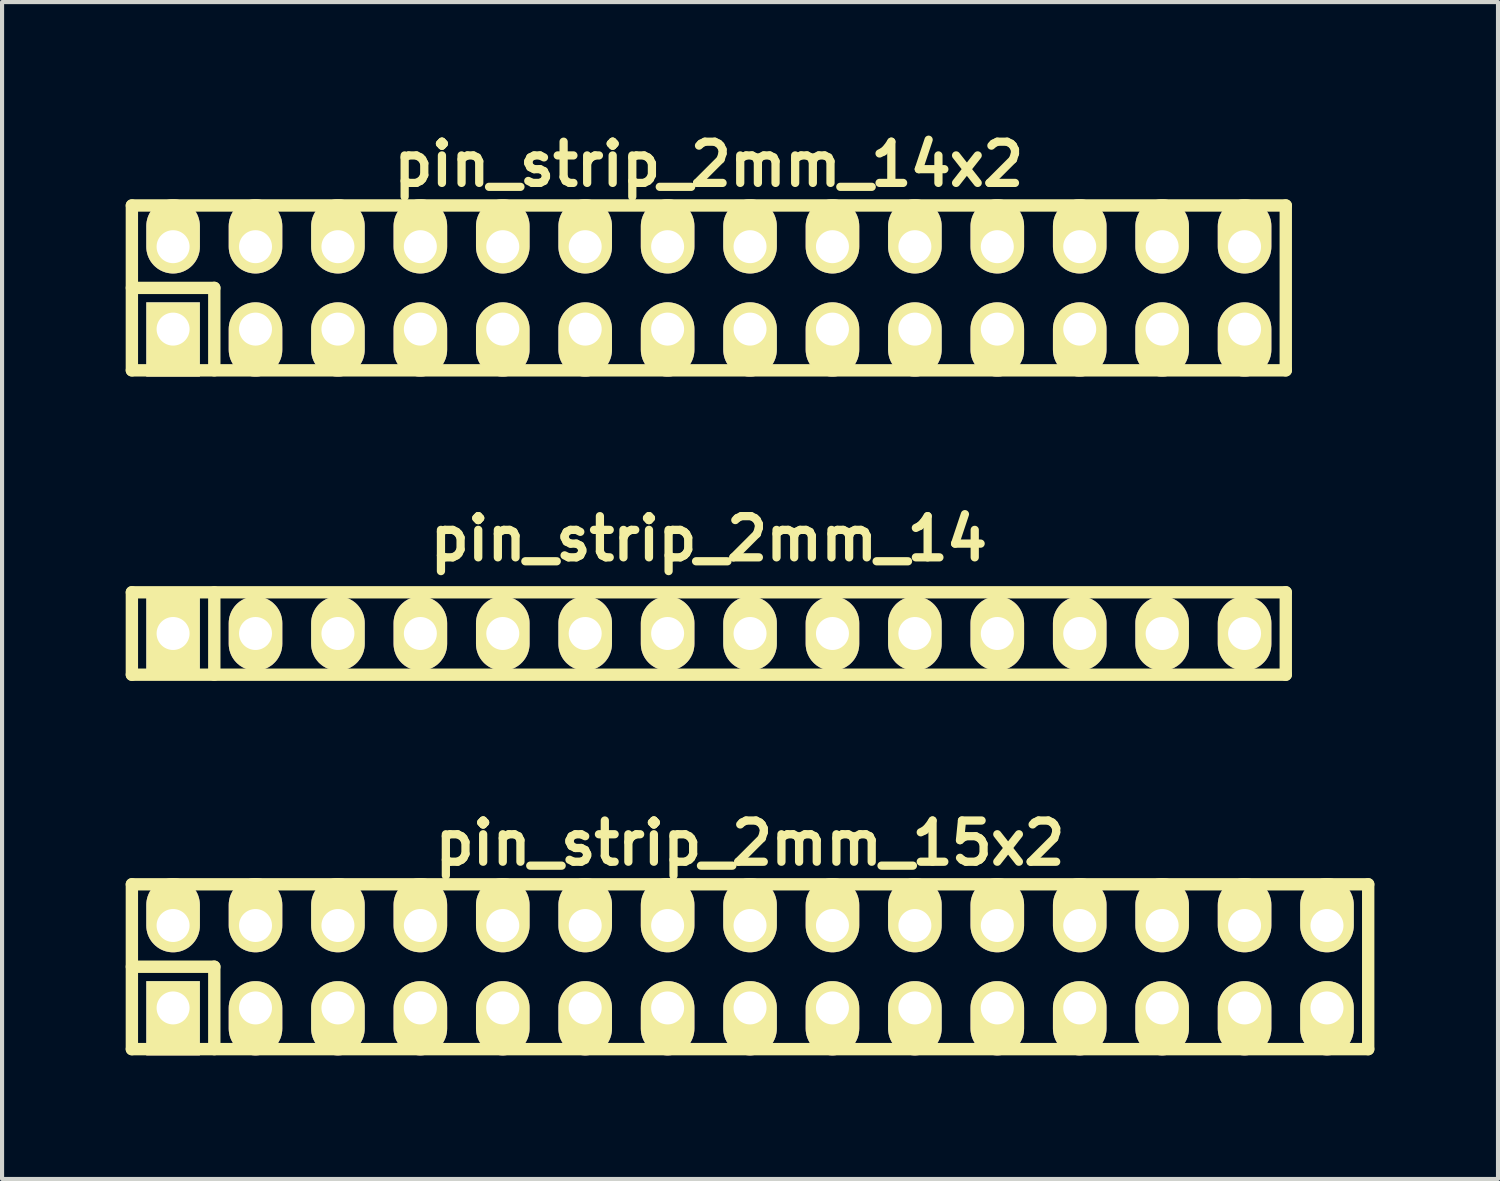
<source format=kicad_pcb>
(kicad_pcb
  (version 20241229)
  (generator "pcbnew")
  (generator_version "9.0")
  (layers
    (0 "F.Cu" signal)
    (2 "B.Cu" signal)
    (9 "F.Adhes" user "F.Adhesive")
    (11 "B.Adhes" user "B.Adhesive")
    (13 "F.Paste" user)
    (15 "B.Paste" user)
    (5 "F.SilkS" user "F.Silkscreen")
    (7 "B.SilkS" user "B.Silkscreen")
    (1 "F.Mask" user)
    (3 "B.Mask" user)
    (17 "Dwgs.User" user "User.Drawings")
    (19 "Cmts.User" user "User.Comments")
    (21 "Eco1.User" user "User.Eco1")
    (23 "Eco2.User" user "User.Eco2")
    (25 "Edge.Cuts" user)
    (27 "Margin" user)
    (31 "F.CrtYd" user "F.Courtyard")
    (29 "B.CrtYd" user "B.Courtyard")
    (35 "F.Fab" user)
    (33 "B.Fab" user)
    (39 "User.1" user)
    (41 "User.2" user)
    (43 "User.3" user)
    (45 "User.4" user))
  (footprint "pin_strip_2mm_15x2"
    (layer "F.Cu")
    (at 15.15 20.408)
    (property "Reference" "pin_strip_2mm_15x2" (at 0 -3 0) (layer "F.SilkS") (effects (font (size 1 1) (thickness 0.2))))
    (attr through_hole)
    (fp_line (start -15 -2) (end 15 -2) (stroke (width 0.3) (type solid)) (layer "F.SilkS"))
    (fp_line (start -15 0) (end -13 0) (stroke (width 0.3) (type solid)) (layer "F.SilkS"))
    (fp_line (start -15 2) (end -15 -2) (stroke (width 0.3) (type solid)) (layer "F.SilkS"))
    (fp_line (start -13 0) (end -13 2) (stroke (width 0.3) (type solid)) (layer "F.SilkS"))
    (fp_line (start 15 -2) (end 15 2) (stroke (width 0.3) (type solid)) (layer "F.SilkS"))
    (fp_line (start 15 2) (end -15 2) (stroke (width 0.3) (type solid)) (layer "F.SilkS"))
    (pad "1" thru_hole rect (at -14 1) (size 1.3 1.8) (drill 0.8 (offset 0 0.25)) (layers "*.Cu" "*.Mask" "F.SilkS"))
    (pad "2" thru_hole oval (at -14 -1) (size 1.3 1.8) (drill 0.8 (offset 0 -0.25)) (layers "*.Cu" "*.Mask" "F.SilkS"))
    (pad "3" thru_hole oval (at -12 1) (size 1.3 1.8) (drill 0.8 (offset 0 0.25)) (layers "*.Cu" "*.Mask" "F.SilkS"))
    (pad "4" thru_hole oval (at -12 -1) (size 1.3 1.8) (drill 0.8 (offset 0 -0.25)) (layers "*.Cu" "*.Mask" "F.SilkS"))
    (pad "5" thru_hole oval (at -10 1) (size 1.3 1.8) (drill 0.8 (offset 0 0.25)) (layers "*.Cu" "*.Mask" "F.SilkS"))
    (pad "6" thru_hole oval (at -10 -1) (size 1.3 1.8) (drill 0.8 (offset 0 -0.25)) (layers "*.Cu" "*.Mask" "F.SilkS"))
    (pad "7" thru_hole oval (at -8 1) (size 1.3 1.8) (drill 0.8 (offset 0 0.25)) (layers "*.Cu" "*.Mask" "F.SilkS"))
    (pad "8" thru_hole oval (at -8 -1) (size 1.3 1.8) (drill 0.8 (offset 0 -0.25)) (layers "*.Cu" "*.Mask" "F.SilkS"))
    (pad "9" thru_hole oval (at -6 1) (size 1.3 1.8) (drill 0.8 (offset 0 0.25)) (layers "*.Cu" "*.Mask" "F.SilkS"))
    (pad "10" thru_hole oval (at -6 -1) (size 1.3 1.8) (drill 0.8 (offset 0 -0.25)) (layers "*.Cu" "*.Mask" "F.SilkS"))
    (pad "11" thru_hole oval (at -4 1) (size 1.3 1.8) (drill 0.8 (offset 0 0.25)) (layers "*.Cu" "*.Mask" "F.SilkS"))
    (pad "12" thru_hole oval (at -4 -1) (size 1.3 1.8) (drill 0.8 (offset 0 -0.25)) (layers "*.Cu" "*.Mask" "F.SilkS"))
    (pad "13" thru_hole oval (at -2 1) (size 1.3 1.8) (drill 0.8 (offset 0 0.25)) (layers "*.Cu" "*.Mask" "F.SilkS"))
    (pad "14" thru_hole oval (at -2 -1) (size 1.3 1.8) (drill 0.8 (offset 0 -0.25)) (layers "*.Cu" "*.Mask" "F.SilkS"))
    (pad "15" thru_hole oval (at 0 1) (size 1.3 1.8) (drill 0.8 (offset 0 0.25)) (layers "*.Cu" "*.Mask" "F.SilkS"))
    (pad "16" thru_hole oval (at 0 -1) (size 1.3 1.8) (drill 0.8 (offset 0 -0.25)) (layers "*.Cu" "*.Mask" "F.SilkS"))
    (pad "17" thru_hole oval (at 2 1) (size 1.3 1.8) (drill 0.8 (offset 0 0.25)) (layers "*.Cu" "*.Mask" "F.SilkS"))
    (pad "18" thru_hole oval (at 2 -1) (size 1.3 1.8) (drill 0.8 (offset 0 -0.25)) (layers "*.Cu" "*.Mask" "F.SilkS"))
    (pad "19" thru_hole oval (at 4 1) (size 1.3 1.8) (drill 0.8 (offset 0 0.25)) (layers "*.Cu" "*.Mask" "F.SilkS"))
    (pad "20" thru_hole oval (at 4 -1) (size 1.3 1.8) (drill 0.8 (offset 0 -0.25)) (layers "*.Cu" "*.Mask" "F.SilkS"))
    (pad "21" thru_hole oval (at 6 1) (size 1.3 1.8) (drill 0.8 (offset 0 0.25)) (layers "*.Cu" "*.Mask" "F.SilkS"))
    (pad "22" thru_hole oval (at 6 -1) (size 1.3 1.8) (drill 0.8 (offset 0 -0.25)) (layers "*.Cu" "*.Mask" "F.SilkS"))
    (pad "23" thru_hole oval (at 8 1) (size 1.3 1.8) (drill 0.8 (offset 0 0.25)) (layers "*.Cu" "*.Mask" "F.SilkS"))
    (pad "24" thru_hole oval (at 8 -1) (size 1.3 1.8) (drill 0.8 (offset 0 -0.25)) (layers "*.Cu" "*.Mask" "F.SilkS"))
    (pad "25" thru_hole oval (at 10 1) (size 1.3 1.8) (drill 0.8 (offset 0 0.25)) (layers "*.Cu" "*.Mask" "F.SilkS"))
    (pad "26" thru_hole oval (at 10 -1) (size 1.3 1.8) (drill 0.8 (offset 0 -0.25)) (layers "*.Cu" "*.Mask" "F.SilkS"))
    (pad "27" thru_hole oval (at 12 1) (size 1.3 1.8) (drill 0.8 (offset 0 0.25)) (layers "*.Cu" "*.Mask" "F.SilkS"))
    (pad "28" thru_hole oval (at 12 -1) (size 1.3 1.8) (drill 0.8 (offset 0 -0.25)) (layers "*.Cu" "*.Mask" "F.SilkS"))
    (pad "29" thru_hole oval (at 14 1) (size 1.3 1.8) (drill 0.8 (offset 0 0.25)) (layers "*.Cu" "*.Mask" "F.SilkS"))
    (pad "30" thru_hole oval (at 14 -1) (size 1.3 1.8) (drill 0.8 (offset 0 -0.25)) (layers "*.Cu" "*.Mask" "F.SilkS")))
  (footprint "pin_strip_2mm_14x2"
    (layer "F.Cu")
    (at 14.15 3.936)
    (property "Reference" "pin_strip_2mm_14x2" (at 0 -3 0) (layer "F.SilkS") (effects (font (size 1 1) (thickness 0.2))))
    (attr through_hole)
    (fp_line (start -14 -2) (end 14 -2) (stroke (width 0.3) (type solid)) (layer "F.SilkS"))
    (fp_line (start -14 0) (end -12 0) (stroke (width 0.3) (type solid)) (layer "F.SilkS"))
    (fp_line (start -14 2) (end -14 -2) (stroke (width 0.3) (type solid)) (layer "F.SilkS"))
    (fp_line (start -12 0) (end -12 2) (stroke (width 0.3) (type solid)) (layer "F.SilkS"))
    (fp_line (start 14 -2) (end 14 2) (stroke (width 0.3) (type solid)) (layer "F.SilkS"))
    (fp_line (start 14 2) (end -14 2) (stroke (width 0.3) (type solid)) (layer "F.SilkS"))
    (pad "1" thru_hole rect (at -13 1) (size 1.3 1.8) (drill 0.8 (offset 0 0.25)) (layers "*.Cu" "*.Mask" "F.SilkS"))
    (pad "2" thru_hole oval (at -13 -1) (size 1.3 1.8) (drill 0.8 (offset 0 -0.25)) (layers "*.Cu" "*.Mask" "F.SilkS"))
    (pad "3" thru_hole oval (at -11 1) (size 1.3 1.8) (drill 0.8 (offset 0 0.25)) (layers "*.Cu" "*.Mask" "F.SilkS"))
    (pad "4" thru_hole oval (at -11 -1) (size 1.3 1.8) (drill 0.8 (offset 0 -0.25)) (layers "*.Cu" "*.Mask" "F.SilkS"))
    (pad "5" thru_hole oval (at -9 1) (size 1.3 1.8) (drill 0.8 (offset 0 0.25)) (layers "*.Cu" "*.Mask" "F.SilkS"))
    (pad "6" thru_hole oval (at -9 -1) (size 1.3 1.8) (drill 0.8 (offset 0 -0.25)) (layers "*.Cu" "*.Mask" "F.SilkS"))
    (pad "7" thru_hole oval (at -7 1) (size 1.3 1.8) (drill 0.8 (offset 0 0.25)) (layers "*.Cu" "*.Mask" "F.SilkS"))
    (pad "8" thru_hole oval (at -7 -1) (size 1.3 1.8) (drill 0.8 (offset 0 -0.25)) (layers "*.Cu" "*.Mask" "F.SilkS"))
    (pad "9" thru_hole oval (at -5 1) (size 1.3 1.8) (drill 0.8 (offset 0 0.25)) (layers "*.Cu" "*.Mask" "F.SilkS"))
    (pad "10" thru_hole oval (at -5 -1) (size 1.3 1.8) (drill 0.8 (offset 0 -0.25)) (layers "*.Cu" "*.Mask" "F.SilkS"))
    (pad "11" thru_hole oval (at -3 1) (size 1.3 1.8) (drill 0.8 (offset 0 0.25)) (layers "*.Cu" "*.Mask" "F.SilkS"))
    (pad "12" thru_hole oval (at -3 -1) (size 1.3 1.8) (drill 0.8 (offset 0 -0.25)) (layers "*.Cu" "*.Mask" "F.SilkS"))
    (pad "13" thru_hole oval (at -1 1) (size 1.3 1.8) (drill 0.8 (offset 0 0.25)) (layers "*.Cu" "*.Mask" "F.SilkS"))
    (pad "14" thru_hole oval (at -1 -1) (size 1.3 1.8) (drill 0.8 (offset 0 -0.25)) (layers "*.Cu" "*.Mask" "F.SilkS"))
    (pad "15" thru_hole oval (at 1 1) (size 1.3 1.8) (drill 0.8 (offset 0 0.25)) (layers "*.Cu" "*.Mask" "F.SilkS"))
    (pad "16" thru_hole oval (at 1 -1) (size 1.3 1.8) (drill 0.8 (offset 0 -0.25)) (layers "*.Cu" "*.Mask" "F.SilkS"))
    (pad "17" thru_hole oval (at 3 1) (size 1.3 1.8) (drill 0.8 (offset 0 0.25)) (layers "*.Cu" "*.Mask" "F.SilkS"))
    (pad "18" thru_hole oval (at 3 -1) (size 1.3 1.8) (drill 0.8 (offset 0 -0.25)) (layers "*.Cu" "*.Mask" "F.SilkS"))
    (pad "19" thru_hole oval (at 5 1) (size 1.3 1.8) (drill 0.8 (offset 0 0.25)) (layers "*.Cu" "*.Mask" "F.SilkS"))
    (pad "20" thru_hole oval (at 5 -1) (size 1.3 1.8) (drill 0.8 (offset 0 -0.25)) (layers "*.Cu" "*.Mask" "F.SilkS"))
    (pad "21" thru_hole oval (at 7 1) (size 1.3 1.8) (drill 0.8 (offset 0 0.25)) (layers "*.Cu" "*.Mask" "F.SilkS"))
    (pad "22" thru_hole oval (at 7 -1) (size 1.3 1.8) (drill 0.8 (offset 0 -0.25)) (layers "*.Cu" "*.Mask" "F.SilkS"))
    (pad "23" thru_hole oval (at 9 1) (size 1.3 1.8) (drill 0.8 (offset 0 0.25)) (layers "*.Cu" "*.Mask" "F.SilkS"))
    (pad "24" thru_hole oval (at 9 -1) (size 1.3 1.8) (drill 0.8 (offset 0 -0.25)) (layers "*.Cu" "*.Mask" "F.SilkS"))
    (pad "25" thru_hole oval (at 11 1) (size 1.3 1.8) (drill 0.8 (offset 0 0.25)) (layers "*.Cu" "*.Mask" "F.SilkS"))
    (pad "26" thru_hole oval (at 11 -1) (size 1.3 1.8) (drill 0.8 (offset 0 -0.25)) (layers "*.Cu" "*.Mask" "F.SilkS"))
    (pad "27" thru_hole oval (at 13 1) (size 1.3 1.8) (drill 0.8 (offset 0 0.25)) (layers "*.Cu" "*.Mask" "F.SilkS"))
    (pad "28" thru_hole oval (at 13 -1) (size 1.3 1.8) (drill 0.8 (offset 0 -0.25)) (layers "*.Cu" "*.Mask" "F.SilkS")))
  (footprint "pin_strip_2mm_14"
    (layer "F.Cu")
    (at 14.15 12.322)
    (property "Reference" "pin_strip_2mm_14" (at 0 -2.3 0) (layer "F.SilkS") (effects (font (size 1 1) (thickness 0.2))))
    (attr through_hole)
    (fp_line (start -14 -1) (end 14 -1) (stroke (width 0.3) (type solid)) (layer "F.SilkS"))
    (fp_line (start -14 1) (end -14 -1) (stroke (width 0.3) (type solid)) (layer "F.SilkS"))
    (fp_line (start -12 -1) (end -12 1) (stroke (width 0.3) (type solid)) (layer "F.SilkS"))
    (fp_line (start 14 -1) (end 14 1) (stroke (width 0.3) (type solid)) (layer "F.SilkS"))
    (fp_line (start 14 1) (end -14 1) (stroke (width 0.3) (type solid)) (layer "F.SilkS"))
    (pad "1" thru_hole rect (at -13 0) (size 1.3 1.8) (drill 0.8) (layers "*.Cu" "*.Mask" "F.SilkS"))
    (pad "2" thru_hole oval (at -11 0) (size 1.3 1.8) (drill 0.8) (layers "*.Cu" "*.Mask" "F.SilkS"))
    (pad "3" thru_hole oval (at -9 0) (size 1.3 1.8) (drill 0.8) (layers "*.Cu" "*.Mask" "F.SilkS"))
    (pad "4" thru_hole oval (at -7 0) (size 1.3 1.8) (drill 0.8) (layers "*.Cu" "*.Mask" "F.SilkS"))
    (pad "5" thru_hole oval (at -5 0) (size 1.3 1.8) (drill 0.8) (layers "*.Cu" "*.Mask" "F.SilkS"))
    (pad "6" thru_hole oval (at -3 0) (size 1.3 1.8) (drill 0.8) (layers "*.Cu" "*.Mask" "F.SilkS"))
    (pad "7" thru_hole oval (at -1 0) (size 1.3 1.8) (drill 0.8) (layers "*.Cu" "*.Mask" "F.SilkS"))
    (pad "8" thru_hole oval (at 1 0) (size 1.3 1.8) (drill 0.8) (layers "*.Cu" "*.Mask" "F.SilkS"))
    (pad "9" thru_hole oval (at 3 0) (size 1.3 1.8) (drill 0.8) (layers "*.Cu" "*.Mask" "F.SilkS"))
    (pad "10" thru_hole oval (at 5 0) (size 1.3 1.8) (drill 0.8) (layers "*.Cu" "*.Mask" "F.SilkS"))
    (pad "11" thru_hole oval (at 7 0) (size 1.3 1.8) (drill 0.8) (layers "*.Cu" "*.Mask" "F.SilkS"))
    (pad "12" thru_hole oval (at 9 0) (size 1.3 1.8) (drill 0.8) (layers "*.Cu" "*.Mask" "F.SilkS"))
    (pad "13" thru_hole oval (at 11 0) (size 1.3 1.8) (drill 0.8) (layers "*.Cu" "*.Mask" "F.SilkS"))
    (pad "14" thru_hole oval (at 13 0) (size 1.3 1.8) (drill 0.8) (layers "*.Cu" "*.Mask" "F.SilkS")))
  (gr_rect
    (start -3 -3)
    (end 33.3 25.558)
    (stroke (width 0.1) (type default))
    (fill no)
    (layer "Edge.Cuts")))
</source>
